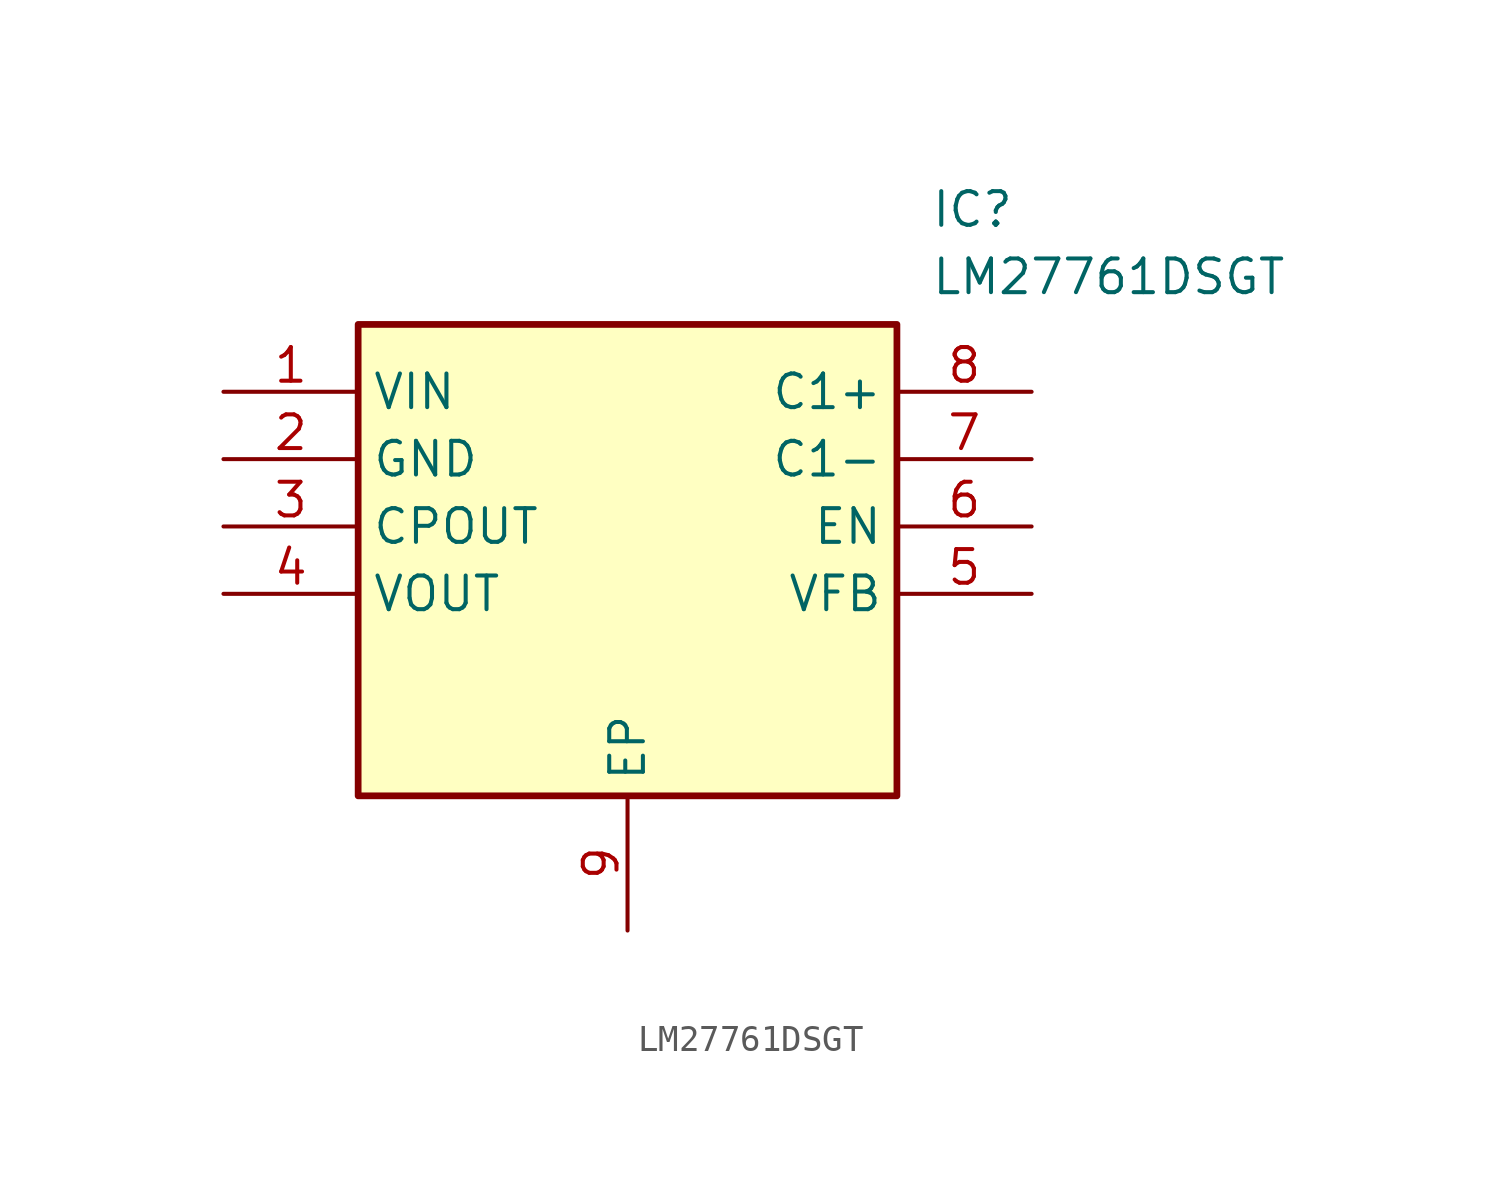
<source format=kicad_sym>
(kicad_symbol_lib
  (version 20211014)
  (generator SamacSys_ECAD_Model)
  (symbol "LM27761DSGT"
    (property "Reference" "IC"
      (at 26.67 7.62 0)
      (effects (font (size 1.27 1.27)) (justify left top)))
    (property "Value" "LM27761DSGT"
      (at 26.67 5.08 0)
      (effects (font (size 1.27 1.27)) (justify left top)))
    (rectangle
      (start 5.08 2.54)
      (end 25.4 -15.24)
      (stroke (width 0.254) (type default))
      (fill (type background)))
    (pin passive line
      (at 0 0 0)
      (length 5.08)
      (name "VIN" (effects (font (size 1.27 1.27))))
      (number "1" (effects (font (size 1.27 1.27)))))
    (pin passive line
      (at 0 -2.54 0)
      (length 5.08)
      (name "GND" (effects (font (size 1.27 1.27))))
      (number "2" (effects (font (size 1.27 1.27)))))
    (pin passive line
      (at 0 -5.08 0)
      (length 5.08)
      (name "CPOUT" (effects (font (size 1.27 1.27))))
      (number "3" (effects (font (size 1.27 1.27)))))
    (pin passive line
      (at 0 -7.62 0)
      (length 5.08)
      (name "VOUT" (effects (font (size 1.27 1.27))))
      (number "4" (effects (font (size 1.27 1.27)))))
    (pin passive line
      (at 15.24 -20.32 90)
      (length 5.08)
      (name "EP" (effects (font (size 1.27 1.27))))
      (number "9" (effects (font (size 1.27 1.27)))))
    (pin passive line
      (at 30.48 0 180)
      (length 5.08)
      (name "C1+" (effects (font (size 1.27 1.27))))
      (number "8" (effects (font (size 1.27 1.27)))))
    (pin passive line
      (at 30.48 -2.54 180)
      (length 5.08)
      (name "C1-" (effects (font (size 1.27 1.27))))
      (number "7" (effects (font (size 1.27 1.27)))))
    (pin passive line
      (at 30.48 -5.08 180)
      (length 5.08)
      (name "EN" (effects (font (size 1.27 1.27))))
      (number "6" (effects (font (size 1.27 1.27)))))
    (pin passive line
      (at 30.48 -7.62 180)
      (length 5.08)
      (name "VFB" (effects (font (size 1.27 1.27))))
      (number "5" (effects (font (size 1.27 1.27)))))))
</source>
